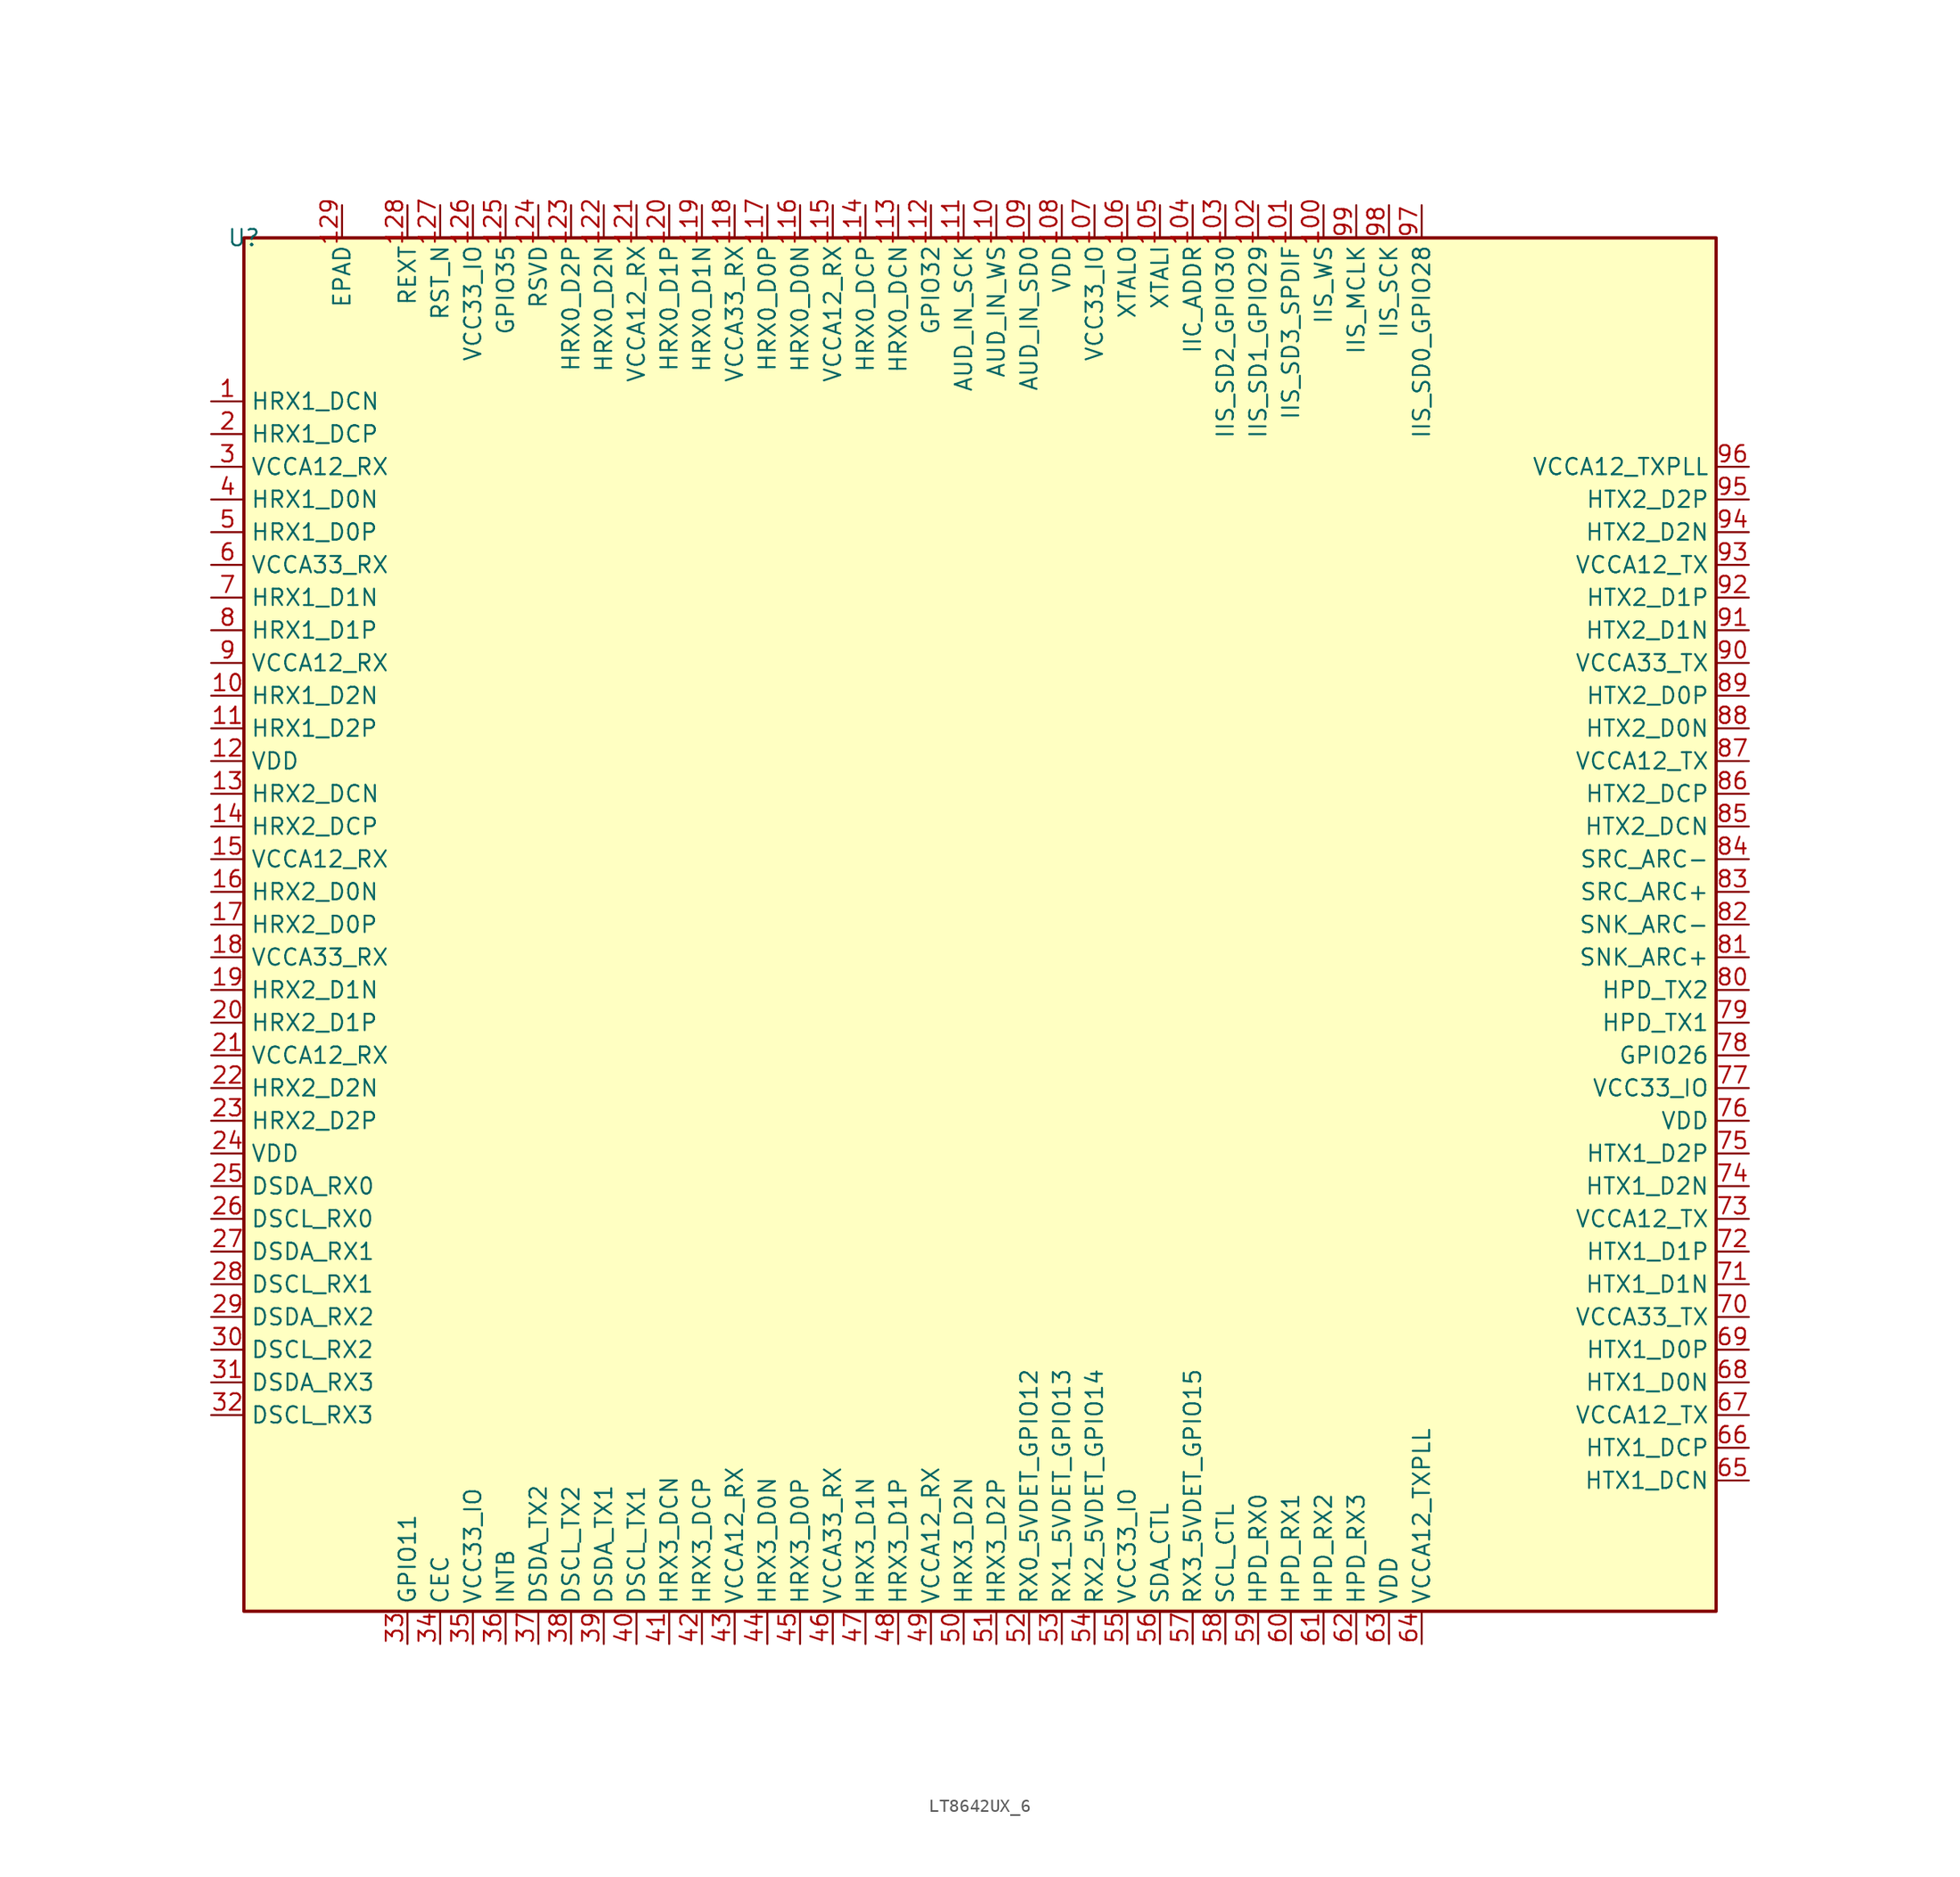
<source format=kicad_sym>
(kicad_symbol_lib
  (version 20220914)
  (generator kicad_symbol_editor)
  (symbol "LT8642UX_6"
    (property "Reference" "U"
      (at 0 0 0)
      (effects (font (size 1.27 1.27))))
    (property "Value" ""
      (at 0 0 0)
      (effects (font (size 1.27 1.27))))
    (symbol "LT8642UX_6_1_0"
      (rectangle (start 114.3 0) (end 0 -106.68) (stroke (width 0.254) (type solid)) (fill (type background)))
      (pin passive line (at -2.54 -12.7 0) (length 2.54) (name "HRX1_DCN" (effects (font (size 1.27 1.27)))) (number "1" (effects (font (size 1.27 1.27)))))
      (pin passive line (at -2.54 -35.56 0) (length 2.54) (name "HRX1_D2N" (effects (font (size 1.27 1.27)))) (number "10" (effects (font (size 1.27 1.27)))))
      (pin passive line (at 83.82 2.54 270) (length 2.54) (name "IIS_WS" (effects (font (size 1.27 1.27)))) (number "100" (effects (font (size 1.27 1.27)))))
      (pin passive line (at 81.28 2.54 270) (length 2.54) (name "IIS_SD3_SPDIF" (effects (font (size 1.27 1.27)))) (number "101" (effects (font (size 1.27 1.27)))))
      (pin passive line (at 78.74 2.54 270) (length 2.54) (name "IIS_SD1_GPIO29" (effects (font (size 1.27 1.27)))) (number "102" (effects (font (size 1.27 1.27)))))
      (pin passive line (at 76.2 2.54 270) (length 2.54) (name "IIS_SD2_GPIO30" (effects (font (size 1.27 1.27)))) (number "103" (effects (font (size 1.27 1.27)))))
      (pin passive line (at 73.66 2.54 270) (length 2.54) (name "IIC_ADDR" (effects (font (size 1.27 1.27)))) (number "104" (effects (font (size 1.27 1.27)))))
      (pin passive line (at 71.12 2.54 270) (length 2.54) (name "XTALI" (effects (font (size 1.27 1.27)))) (number "105" (effects (font (size 1.27 1.27)))))
      (pin passive line (at 68.58 2.54 270) (length 2.54) (name "XTALO" (effects (font (size 1.27 1.27)))) (number "106" (effects (font (size 1.27 1.27)))))
      (pin power_in line (at 66.04 2.54 270) (length 2.54) (name "VCC33_IO" (effects (font (size 1.27 1.27)))) (number "107" (effects (font (size 1.27 1.27)))))
      (pin power_in line (at 63.5 2.54 270) (length 2.54) (name "VDD" (effects (font (size 1.27 1.27)))) (number "108" (effects (font (size 1.27 1.27)))))
      (pin passive line (at 60.96 2.54 270) (length 2.54) (name "AUD_IN_SD0" (effects (font (size 1.27 1.27)))) (number "109" (effects (font (size 1.27 1.27)))))
      (pin passive line (at -2.54 -38.1 0) (length 2.54) (name "HRX1_D2P" (effects (font (size 1.27 1.27)))) (number "11" (effects (font (size 1.27 1.27)))))
      (pin passive line (at 58.42 2.54 270) (length 2.54) (name "AUD_IN_WS" (effects (font (size 1.27 1.27)))) (number "110" (effects (font (size 1.27 1.27)))))
      (pin passive line (at 55.88 2.54 270) (length 2.54) (name "AUD_IN_SCK" (effects (font (size 1.27 1.27)))) (number "111" (effects (font (size 1.27 1.27)))))
      (pin passive line (at 53.34 2.54 270) (length 2.54) (name "GPIO32" (effects (font (size 1.27 1.27)))) (number "112" (effects (font (size 1.27 1.27)))))
      (pin passive line (at 50.8 2.54 270) (length 2.54) (name "HRX0_DCN" (effects (font (size 1.27 1.27)))) (number "113" (effects (font (size 1.27 1.27)))))
      (pin passive line (at 48.26 2.54 270) (length 2.54) (name "HRX0_DCP" (effects (font (size 1.27 1.27)))) (number "114" (effects (font (size 1.27 1.27)))))
      (pin power_in line (at 45.72 2.54 270) (length 2.54) (name "VCCA12_RX" (effects (font (size 1.27 1.27)))) (number "115" (effects (font (size 1.27 1.27)))))
      (pin passive line (at 43.18 2.54 270) (length 2.54) (name "HRX0_D0N" (effects (font (size 1.27 1.27)))) (number "116" (effects (font (size 1.27 1.27)))))
      (pin passive line (at 40.64 2.54 270) (length 2.54) (name "HRX0_D0P" (effects (font (size 1.27 1.27)))) (number "117" (effects (font (size 1.27 1.27)))))
      (pin power_in line (at 38.1 2.54 270) (length 2.54) (name "VCCA33_RX" (effects (font (size 1.27 1.27)))) (number "118" (effects (font (size 1.27 1.27)))))
      (pin passive line (at 35.56 2.54 270) (length 2.54) (name "HRX0_D1N" (effects (font (size 1.27 1.27)))) (number "119" (effects (font (size 1.27 1.27)))))
      (pin power_in line (at -2.54 -40.64 0) (length 2.54) (name "VDD" (effects (font (size 1.27 1.27)))) (number "12" (effects (font (size 1.27 1.27)))))
      (pin passive line (at 33.02 2.54 270) (length 2.54) (name "HRX0_D1P" (effects (font (size 1.27 1.27)))) (number "120" (effects (font (size 1.27 1.27)))))
      (pin power_in line (at 30.48 2.54 270) (length 2.54) (name "VCCA12_RX" (effects (font (size 1.27 1.27)))) (number "121" (effects (font (size 1.27 1.27)))))
      (pin passive line (at 27.94 2.54 270) (length 2.54) (name "HRX0_D2N" (effects (font (size 1.27 1.27)))) (number "122" (effects (font (size 1.27 1.27)))))
      (pin passive line (at 25.4 2.54 270) (length 2.54) (name "HRX0_D2P" (effects (font (size 1.27 1.27)))) (number "123" (effects (font (size 1.27 1.27)))))
      (pin passive line (at 22.86 2.54 270) (length 2.54) (name "RSVD" (effects (font (size 1.27 1.27)))) (number "124" (effects (font (size 1.27 1.27)))))
      (pin passive line (at 20.32 2.54 270) (length 2.54) (name "GPIO35" (effects (font (size 1.27 1.27)))) (number "125" (effects (font (size 1.27 1.27)))))
      (pin power_in line (at 17.78 2.54 270) (length 2.54) (name "VCC33_IO" (effects (font (size 1.27 1.27)))) (number "126" (effects (font (size 1.27 1.27)))))
      (pin passive line (at 15.24 2.54 270) (length 2.54) (name "RST_N" (effects (font (size 1.27 1.27)))) (number "127" (effects (font (size 1.27 1.27)))))
      (pin passive line (at 12.7 2.54 270) (length 2.54) (name "REXT" (effects (font (size 1.27 1.27)))) (number "128" (effects (font (size 1.27 1.27)))))
      (pin power_in line (at 7.62 2.54 270) (length 2.54) (name "EPAD" (effects (font (size 1.27 1.27)))) (number "129" (effects (font (size 1.27 1.27)))))
      (pin passive line (at -2.54 -43.18 0) (length 2.54) (name "HRX2_DCN" (effects (font (size 1.27 1.27)))) (number "13" (effects (font (size 1.27 1.27)))))
      (pin passive line (at -2.54 -45.72 0) (length 2.54) (name "HRX2_DCP" (effects (font (size 1.27 1.27)))) (number "14" (effects (font (size 1.27 1.27)))))
      (pin power_in line (at -2.54 -48.26 0) (length 2.54) (name "VCCA12_RX" (effects (font (size 1.27 1.27)))) (number "15" (effects (font (size 1.27 1.27)))))
      (pin passive line (at -2.54 -50.8 0) (length 2.54) (name "HRX2_D0N" (effects (font (size 1.27 1.27)))) (number "16" (effects (font (size 1.27 1.27)))))
      (pin passive line (at -2.54 -53.34 0) (length 2.54) (name "HRX2_D0P" (effects (font (size 1.27 1.27)))) (number "17" (effects (font (size 1.27 1.27)))))
      (pin power_in line (at -2.54 -55.88 0) (length 2.54) (name "VCCA33_RX" (effects (font (size 1.27 1.27)))) (number "18" (effects (font (size 1.27 1.27)))))
      (pin passive line (at -2.54 -58.42 0) (length 2.54) (name "HRX2_D1N" (effects (font (size 1.27 1.27)))) (number "19" (effects (font (size 1.27 1.27)))))
      (pin passive line (at -2.54 -15.24 0) (length 2.54) (name "HRX1_DCP" (effects (font (size 1.27 1.27)))) (number "2" (effects (font (size 1.27 1.27)))))
      (pin passive line (at -2.54 -60.96 0) (length 2.54) (name "HRX2_D1P" (effects (font (size 1.27 1.27)))) (number "20" (effects (font (size 1.27 1.27)))))
      (pin power_in line (at -2.54 -63.5 0) (length 2.54) (name "VCCA12_RX" (effects (font (size 1.27 1.27)))) (number "21" (effects (font (size 1.27 1.27)))))
      (pin passive line (at -2.54 -66.04 0) (length 2.54) (name "HRX2_D2N" (effects (font (size 1.27 1.27)))) (number "22" (effects (font (size 1.27 1.27)))))
      (pin passive line (at -2.54 -68.58 0) (length 2.54) (name "HRX2_D2P" (effects (font (size 1.27 1.27)))) (number "23" (effects (font (size 1.27 1.27)))))
      (pin power_in line (at -2.54 -71.12 0) (length 2.54) (name "VDD" (effects (font (size 1.27 1.27)))) (number "24" (effects (font (size 1.27 1.27)))))
      (pin passive line (at -2.54 -73.66 0) (length 2.54) (name "DSDA_RX0" (effects (font (size 1.27 1.27)))) (number "25" (effects (font (size 1.27 1.27)))))
      (pin passive line (at -2.54 -76.2 0) (length 2.54) (name "DSCL_RX0" (effects (font (size 1.27 1.27)))) (number "26" (effects (font (size 1.27 1.27)))))
      (pin passive line (at -2.54 -78.74 0) (length 2.54) (name "DSDA_RX1" (effects (font (size 1.27 1.27)))) (number "27" (effects (font (size 1.27 1.27)))))
      (pin passive line (at -2.54 -81.28 0) (length 2.54) (name "DSCL_RX1" (effects (font (size 1.27 1.27)))) (number "28" (effects (font (size 1.27 1.27)))))
      (pin passive line (at -2.54 -83.82 0) (length 2.54) (name "DSDA_RX2" (effects (font (size 1.27 1.27)))) (number "29" (effects (font (size 1.27 1.27)))))
      (pin power_in line (at -2.54 -17.78 0) (length 2.54) (name "VCCA12_RX" (effects (font (size 1.27 1.27)))) (number "3" (effects (font (size 1.27 1.27)))))
      (pin passive line (at -2.54 -86.36 0) (length 2.54) (name "DSCL_RX2" (effects (font (size 1.27 1.27)))) (number "30" (effects (font (size 1.27 1.27)))))
      (pin passive line (at -2.54 -88.9 0) (length 2.54) (name "DSDA_RX3" (effects (font (size 1.27 1.27)))) (number "31" (effects (font (size 1.27 1.27)))))
      (pin passive line (at -2.54 -91.44 0) (length 2.54) (name "DSCL_RX3" (effects (font (size 1.27 1.27)))) (number "32" (effects (font (size 1.27 1.27)))))
      (pin passive line (at 12.7 -109.22 90) (length 2.54) (name "GPIO11" (effects (font (size 1.27 1.27)))) (number "33" (effects (font (size 1.27 1.27)))))
      (pin passive line (at 15.24 -109.22 90) (length 2.54) (name "CEC" (effects (font (size 1.27 1.27)))) (number "34" (effects (font (size 1.27 1.27)))))
      (pin power_in line (at 17.78 -109.22 90) (length 2.54) (name "VCC33_IO" (effects (font (size 1.27 1.27)))) (number "35" (effects (font (size 1.27 1.27)))))
      (pin passive line (at 20.32 -109.22 90) (length 2.54) (name "INTB" (effects (font (size 1.27 1.27)))) (number "36" (effects (font (size 1.27 1.27)))))
      (pin passive line (at 22.86 -109.22 90) (length 2.54) (name "DSDA_TX2" (effects (font (size 1.27 1.27)))) (number "37" (effects (font (size 1.27 1.27)))))
      (pin passive line (at 25.4 -109.22 90) (length 2.54) (name "DSCL_TX2" (effects (font (size 1.27 1.27)))) (number "38" (effects (font (size 1.27 1.27)))))
      (pin passive line (at 27.94 -109.22 90) (length 2.54) (name "DSDA_TX1" (effects (font (size 1.27 1.27)))) (number "39" (effects (font (size 1.27 1.27)))))
      (pin passive line (at -2.54 -20.32 0) (length 2.54) (name "HRX1_D0N" (effects (font (size 1.27 1.27)))) (number "4" (effects (font (size 1.27 1.27)))))
      (pin passive line (at 30.48 -109.22 90) (length 2.54) (name "DSCL_TX1" (effects (font (size 1.27 1.27)))) (number "40" (effects (font (size 1.27 1.27)))))
      (pin passive line (at 33.02 -109.22 90) (length 2.54) (name "HRX3_DCN" (effects (font (size 1.27 1.27)))) (number "41" (effects (font (size 1.27 1.27)))))
      (pin passive line (at 35.56 -109.22 90) (length 2.54) (name "HRX3_DCP" (effects (font (size 1.27 1.27)))) (number "42" (effects (font (size 1.27 1.27)))))
      (pin power_in line (at 38.1 -109.22 90) (length 2.54) (name "VCCA12_RX" (effects (font (size 1.27 1.27)))) (number "43" (effects (font (size 1.27 1.27)))))
      (pin passive line (at 40.64 -109.22 90) (length 2.54) (name "HRX3_D0N" (effects (font (size 1.27 1.27)))) (number "44" (effects (font (size 1.27 1.27)))))
      (pin passive line (at 43.18 -109.22 90) (length 2.54) (name "HRX3_D0P" (effects (font (size 1.27 1.27)))) (number "45" (effects (font (size 1.27 1.27)))))
      (pin power_in line (at 45.72 -109.22 90) (length 2.54) (name "VCCA33_RX" (effects (font (size 1.27 1.27)))) (number "46" (effects (font (size 1.27 1.27)))))
      (pin passive line (at 48.26 -109.22 90) (length 2.54) (name "HRX3_D1N" (effects (font (size 1.27 1.27)))) (number "47" (effects (font (size 1.27 1.27)))))
      (pin passive line (at 50.8 -109.22 90) (length 2.54) (name "HRX3_D1P" (effects (font (size 1.27 1.27)))) (number "48" (effects (font (size 1.27 1.27)))))
      (pin power_in line (at 53.34 -109.22 90) (length 2.54) (name "VCCA12_RX" (effects (font (size 1.27 1.27)))) (number "49" (effects (font (size 1.27 1.27)))))
      (pin passive line (at -2.54 -22.86 0) (length 2.54) (name "HRX1_D0P" (effects (font (size 1.27 1.27)))) (number "5" (effects (font (size 1.27 1.27)))))
      (pin passive line (at 55.88 -109.22 90) (length 2.54) (name "HRX3_D2N" (effects (font (size 1.27 1.27)))) (number "50" (effects (font (size 1.27 1.27)))))
      (pin passive line (at 58.42 -109.22 90) (length 2.54) (name "HRX3_D2P" (effects (font (size 1.27 1.27)))) (number "51" (effects (font (size 1.27 1.27)))))
      (pin passive line (at 60.96 -109.22 90) (length 2.54) (name "RX0_5VDET_GPIO12" (effects (font (size 1.27 1.27)))) (number "52" (effects (font (size 1.27 1.27)))))
      (pin passive line (at 63.5 -109.22 90) (length 2.54) (name "RX1_5VDET_GPIO13" (effects (font (size 1.27 1.27)))) (number "53" (effects (font (size 1.27 1.27)))))
      (pin passive line (at 66.04 -109.22 90) (length 2.54) (name "RX2_5VDET_GPIO14" (effects (font (size 1.27 1.27)))) (number "54" (effects (font (size 1.27 1.27)))))
      (pin power_in line (at 68.58 -109.22 90) (length 2.54) (name "VCC33_IO" (effects (font (size 1.27 1.27)))) (number "55" (effects (font (size 1.27 1.27)))))
      (pin passive line (at 71.12 -109.22 90) (length 2.54) (name "SDA_CTL" (effects (font (size 1.27 1.27)))) (number "56" (effects (font (size 1.27 1.27)))))
      (pin passive line (at 73.66 -109.22 90) (length 2.54) (name "RX3_5VDET_GPIO15" (effects (font (size 1.27 1.27)))) (number "57" (effects (font (size 1.27 1.27)))))
      (pin passive line (at 76.2 -109.22 90) (length 2.54) (name "SCL_CTL" (effects (font (size 1.27 1.27)))) (number "58" (effects (font (size 1.27 1.27)))))
      (pin passive line (at 78.74 -109.22 90) (length 2.54) (name "HPD_RX0" (effects (font (size 1.27 1.27)))) (number "59" (effects (font (size 1.27 1.27)))))
      (pin power_in line (at -2.54 -25.4 0) (length 2.54) (name "VCCA33_RX" (effects (font (size 1.27 1.27)))) (number "6" (effects (font (size 1.27 1.27)))))
      (pin passive line (at 81.28 -109.22 90) (length 2.54) (name "HPD_RX1" (effects (font (size 1.27 1.27)))) (number "60" (effects (font (size 1.27 1.27)))))
      (pin passive line (at 83.82 -109.22 90) (length 2.54) (name "HPD_RX2" (effects (font (size 1.27 1.27)))) (number "61" (effects (font (size 1.27 1.27)))))
      (pin passive line (at 86.36 -109.22 90) (length 2.54) (name "HPD_RX3" (effects (font (size 1.27 1.27)))) (number "62" (effects (font (size 1.27 1.27)))))
      (pin power_in line (at 88.9 -109.22 90) (length 2.54) (name "VDD" (effects (font (size 1.27 1.27)))) (number "63" (effects (font (size 1.27 1.27)))))
      (pin power_in line (at 91.44 -109.22 90) (length 2.54) (name "VCCA12_TXPLL" (effects (font (size 1.27 1.27)))) (number "64" (effects (font (size 1.27 1.27)))))
      (pin passive line (at 116.84 -96.52 180) (length 2.54) (name "HTX1_DCN" (effects (font (size 1.27 1.27)))) (number "65" (effects (font (size 1.27 1.27)))))
      (pin passive line (at 116.84 -93.98 180) (length 2.54) (name "HTX1_DCP" (effects (font (size 1.27 1.27)))) (number "66" (effects (font (size 1.27 1.27)))))
      (pin power_in line (at 116.84 -91.44 180) (length 2.54) (name "VCCA12_TX" (effects (font (size 1.27 1.27)))) (number "67" (effects (font (size 1.27 1.27)))))
      (pin passive line (at 116.84 -88.9 180) (length 2.54) (name "HTX1_D0N" (effects (font (size 1.27 1.27)))) (number "68" (effects (font (size 1.27 1.27)))))
      (pin passive line (at 116.84 -86.36 180) (length 2.54) (name "HTX1_D0P" (effects (font (size 1.27 1.27)))) (number "69" (effects (font (size 1.27 1.27)))))
      (pin passive line (at -2.54 -27.94 0) (length 2.54) (name "HRX1_D1N" (effects (font (size 1.27 1.27)))) (number "7" (effects (font (size 1.27 1.27)))))
      (pin power_in line (at 116.84 -83.82 180) (length 2.54) (name "VCCA33_TX" (effects (font (size 1.27 1.27)))) (number "70" (effects (font (size 1.27 1.27)))))
      (pin passive line (at 116.84 -81.28 180) (length 2.54) (name "HTX1_D1N" (effects (font (size 1.27 1.27)))) (number "71" (effects (font (size 1.27 1.27)))))
      (pin passive line (at 116.84 -78.74 180) (length 2.54) (name "HTX1_D1P" (effects (font (size 1.27 1.27)))) (number "72" (effects (font (size 1.27 1.27)))))
      (pin power_in line (at 116.84 -76.2 180) (length 2.54) (name "VCCA12_TX" (effects (font (size 1.27 1.27)))) (number "73" (effects (font (size 1.27 1.27)))))
      (pin passive line (at 116.84 -73.66 180) (length 2.54) (name "HTX1_D2N" (effects (font (size 1.27 1.27)))) (number "74" (effects (font (size 1.27 1.27)))))
      (pin passive line (at 116.84 -71.12 180) (length 2.54) (name "HTX1_D2P" (effects (font (size 1.27 1.27)))) (number "75" (effects (font (size 1.27 1.27)))))
      (pin power_in line (at 116.84 -68.58 180) (length 2.54) (name "VDD" (effects (font (size 1.27 1.27)))) (number "76" (effects (font (size 1.27 1.27)))))
      (pin power_in line (at 116.84 -66.04 180) (length 2.54) (name "VCC33_IO" (effects (font (size 1.27 1.27)))) (number "77" (effects (font (size 1.27 1.27)))))
      (pin passive line (at 116.84 -63.5 180) (length 2.54) (name "GPIO26" (effects (font (size 1.27 1.27)))) (number "78" (effects (font (size 1.27 1.27)))))
      (pin passive line (at 116.84 -60.96 180) (length 2.54) (name "HPD_TX1" (effects (font (size 1.27 1.27)))) (number "79" (effects (font (size 1.27 1.27)))))
      (pin passive line (at -2.54 -30.48 0) (length 2.54) (name "HRX1_D1P" (effects (font (size 1.27 1.27)))) (number "8" (effects (font (size 1.27 1.27)))))
      (pin passive line (at 116.84 -58.42 180) (length 2.54) (name "HPD_TX2" (effects (font (size 1.27 1.27)))) (number "80" (effects (font (size 1.27 1.27)))))
      (pin passive line (at 116.84 -55.88 180) (length 2.54) (name "SNK_ARC+" (effects (font (size 1.27 1.27)))) (number "81" (effects (font (size 1.27 1.27)))))
      (pin passive line (at 116.84 -53.34 180) (length 2.54) (name "SNK_ARC-" (effects (font (size 1.27 1.27)))) (number "82" (effects (font (size 1.27 1.27)))))
      (pin passive line (at 116.84 -50.8 180) (length 2.54) (name "SRC_ARC+" (effects (font (size 1.27 1.27)))) (number "83" (effects (font (size 1.27 1.27)))))
      (pin passive line (at 116.84 -48.26 180) (length 2.54) (name "SRC_ARC-" (effects (font (size 1.27 1.27)))) (number "84" (effects (font (size 1.27 1.27)))))
      (pin passive line (at 116.84 -45.72 180) (length 2.54) (name "HTX2_DCN" (effects (font (size 1.27 1.27)))) (number "85" (effects (font (size 1.27 1.27)))))
      (pin passive line (at 116.84 -43.18 180) (length 2.54) (name "HTX2_DCP" (effects (font (size 1.27 1.27)))) (number "86" (effects (font (size 1.27 1.27)))))
      (pin power_in line (at 116.84 -40.64 180) (length 2.54) (name "VCCA12_TX" (effects (font (size 1.27 1.27)))) (number "87" (effects (font (size 1.27 1.27)))))
      (pin passive line (at 116.84 -38.1 180) (length 2.54) (name "HTX2_D0N" (effects (font (size 1.27 1.27)))) (number "88" (effects (font (size 1.27 1.27)))))
      (pin passive line (at 116.84 -35.56 180) (length 2.54) (name "HTX2_D0P" (effects (font (size 1.27 1.27)))) (number "89" (effects (font (size 1.27 1.27)))))
      (pin power_in line (at -2.54 -33.02 0) (length 2.54) (name "VCCA12_RX" (effects (font (size 1.27 1.27)))) (number "9" (effects (font (size 1.27 1.27)))))
      (pin power_in line (at 116.84 -33.02 180) (length 2.54) (name "VCCA33_TX" (effects (font (size 1.27 1.27)))) (number "90" (effects (font (size 1.27 1.27)))))
      (pin passive line (at 116.84 -30.48 180) (length 2.54) (name "HTX2_D1N" (effects (font (size 1.27 1.27)))) (number "91" (effects (font (size 1.27 1.27)))))
      (pin passive line (at 116.84 -27.94 180) (length 2.54) (name "HTX2_D1P" (effects (font (size 1.27 1.27)))) (number "92" (effects (font (size 1.27 1.27)))))
      (pin power_in line (at 116.84 -25.4 180) (length 2.54) (name "VCCA12_TX" (effects (font (size 1.27 1.27)))) (number "93" (effects (font (size 1.27 1.27)))))
      (pin passive line (at 116.84 -22.86 180) (length 2.54) (name "HTX2_D2N" (effects (font (size 1.27 1.27)))) (number "94" (effects (font (size 1.27 1.27)))))
      (pin passive line (at 116.84 -20.32 180) (length 2.54) (name "HTX2_D2P" (effects (font (size 1.27 1.27)))) (number "95" (effects (font (size 1.27 1.27)))))
      (pin power_in line (at 116.84 -17.78 180) (length 2.54) (name "VCCA12_TXPLL" (effects (font (size 1.27 1.27)))) (number "96" (effects (font (size 1.27 1.27)))))
      (pin passive line (at 91.44 2.54 270) (length 2.54) (name "IIS_SD0_GPIO28" (effects (font (size 1.27 1.27)))) (number "97" (effects (font (size 1.27 1.27)))))
      (pin passive line (at 88.9 2.54 270) (length 2.54) (name "IIS_SCK" (effects (font (size 1.27 1.27)))) (number "98" (effects (font (size 1.27 1.27)))))
      (pin passive line (at 86.36 2.54 270) (length 2.54) (name "IIS_MCLK" (effects (font (size 1.27 1.27)))) (number "99" (effects (font (size 1.27 1.27))))))))
</source>
